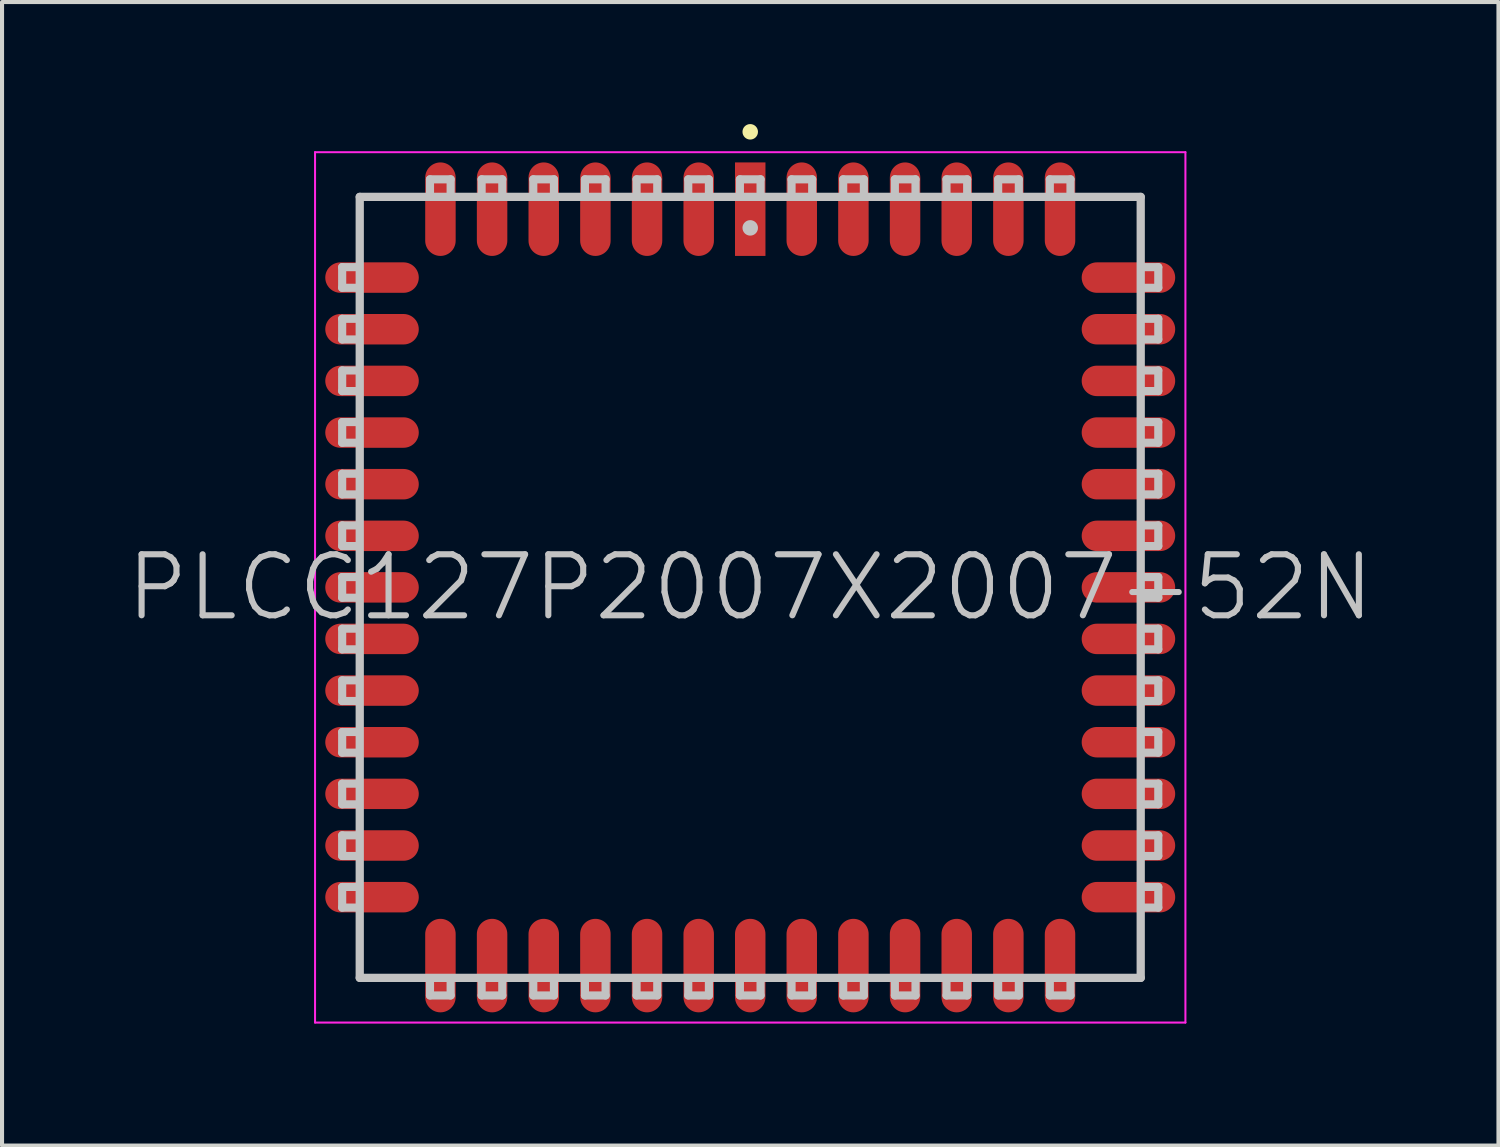
<source format=kicad_pcb>
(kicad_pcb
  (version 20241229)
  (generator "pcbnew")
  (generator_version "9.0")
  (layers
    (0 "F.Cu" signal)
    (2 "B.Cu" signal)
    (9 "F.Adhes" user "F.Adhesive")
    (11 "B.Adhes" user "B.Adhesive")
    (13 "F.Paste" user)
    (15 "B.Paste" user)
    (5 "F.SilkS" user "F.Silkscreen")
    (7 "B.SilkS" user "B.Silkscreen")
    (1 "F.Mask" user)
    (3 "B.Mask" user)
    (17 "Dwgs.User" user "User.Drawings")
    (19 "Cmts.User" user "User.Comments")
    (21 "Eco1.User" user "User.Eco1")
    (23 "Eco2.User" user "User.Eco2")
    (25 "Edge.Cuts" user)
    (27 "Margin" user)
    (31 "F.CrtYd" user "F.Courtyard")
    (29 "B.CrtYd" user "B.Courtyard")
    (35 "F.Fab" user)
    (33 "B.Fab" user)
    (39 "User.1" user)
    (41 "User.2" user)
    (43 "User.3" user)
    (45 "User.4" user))
  (footprint "PLCC127P2007X2007-52N"
    (layer "F.Cu")
    (at 15.396 11.392)
    (property "Reference" "PLCC127P2007X2007-52N" (at 0 0 0) (layer "Dwgs.User") (effects (font (size 1.5 1.5) (thickness 0.15))))
    (attr smd)
    (fp_line (start 0 -11.201) (end 0 -11.201) (stroke (width 0.381) (type solid)) (layer "F.SilkS"))
    (fp_line (start -10.033 -7.366) (end -10.033 -7.874) (stroke (width 0.2) (type solid)) (layer "Dwgs.User"))
    (fp_line (start -10.033 -6.096) (end -10.033 -6.604) (stroke (width 0.2) (type solid)) (layer "Dwgs.User"))
    (fp_line (start -10.033 -4.826) (end -10.033 -5.334) (stroke (width 0.2) (type solid)) (layer "Dwgs.User"))
    (fp_line (start -10.033 -3.556) (end -10.033 -4.064) (stroke (width 0.2) (type solid)) (layer "Dwgs.User"))
    (fp_line (start -10.033 -2.286) (end -10.033 -2.794) (stroke (width 0.2) (type solid)) (layer "Dwgs.User"))
    (fp_line (start -10.033 -1.016) (end -10.033 -1.524) (stroke (width 0.2) (type solid)) (layer "Dwgs.User"))
    (fp_line (start -10.033 0.254) (end -10.033 -0.254) (stroke (width 0.2) (type solid)) (layer "Dwgs.User"))
    (fp_line (start -10.033 1.524) (end -10.033 1.016) (stroke (width 0.2) (type solid)) (layer "Dwgs.User"))
    (fp_line (start -10.033 2.794) (end -10.033 2.286) (stroke (width 0.2) (type solid)) (layer "Dwgs.User"))
    (fp_line (start -10.033 4.064) (end -10.033 3.556) (stroke (width 0.2) (type solid)) (layer "Dwgs.User"))
    (fp_line (start -10.033 5.334) (end -10.033 4.826) (stroke (width 0.2) (type solid)) (layer "Dwgs.User"))
    (fp_line (start -10.033 6.604) (end -10.033 6.096) (stroke (width 0.2) (type solid)) (layer "Dwgs.User"))
    (fp_line (start -10.033 7.874) (end -10.033 7.366) (stroke (width 0.2) (type solid)) (layer "Dwgs.User"))
    (fp_line (start -9.652 -7.874) (end -10.033 -7.874) (stroke (width 0.2) (type solid)) (layer "Dwgs.User"))
    (fp_line (start -9.652 -7.366) (end -10.033 -7.366) (stroke (width 0.2) (type solid)) (layer "Dwgs.User"))
    (fp_line (start -9.652 -6.604) (end -10.033 -6.604) (stroke (width 0.2) (type solid)) (layer "Dwgs.User"))
    (fp_line (start -9.652 -6.096) (end -10.033 -6.096) (stroke (width 0.2) (type solid)) (layer "Dwgs.User"))
    (fp_line (start -9.652 -5.334) (end -10.033 -5.334) (stroke (width 0.2) (type solid)) (layer "Dwgs.User"))
    (fp_line (start -9.652 -4.826) (end -10.033 -4.826) (stroke (width 0.2) (type solid)) (layer "Dwgs.User"))
    (fp_line (start -9.652 -4.064) (end -10.033 -4.064) (stroke (width 0.2) (type solid)) (layer "Dwgs.User"))
    (fp_line (start -9.652 -3.556) (end -10.033 -3.556) (stroke (width 0.2) (type solid)) (layer "Dwgs.User"))
    (fp_line (start -9.652 -2.794) (end -10.033 -2.794) (stroke (width 0.2) (type solid)) (layer "Dwgs.User"))
    (fp_line (start -9.652 -2.286) (end -10.033 -2.286) (stroke (width 0.2) (type solid)) (layer "Dwgs.User"))
    (fp_line (start -9.652 -1.524) (end -10.033 -1.524) (stroke (width 0.2) (type solid)) (layer "Dwgs.User"))
    (fp_line (start -9.652 -1.016) (end -10.033 -1.016) (stroke (width 0.2) (type solid)) (layer "Dwgs.User"))
    (fp_line (start -9.652 -0.254) (end -10.033 -0.254) (stroke (width 0.2) (type solid)) (layer "Dwgs.User"))
    (fp_line (start -9.652 0.254) (end -10.033 0.254) (stroke (width 0.2) (type solid)) (layer "Dwgs.User"))
    (fp_line (start -9.652 1.016) (end -10.033 1.016) (stroke (width 0.2) (type solid)) (layer "Dwgs.User"))
    (fp_line (start -9.652 1.524) (end -10.033 1.524) (stroke (width 0.2) (type solid)) (layer "Dwgs.User"))
    (fp_line (start -9.652 2.286) (end -10.033 2.286) (stroke (width 0.2) (type solid)) (layer "Dwgs.User"))
    (fp_line (start -9.652 2.794) (end -10.033 2.794) (stroke (width 0.2) (type solid)) (layer "Dwgs.User"))
    (fp_line (start -9.652 3.556) (end -10.033 3.556) (stroke (width 0.2) (type solid)) (layer "Dwgs.User"))
    (fp_line (start -9.652 4.064) (end -10.033 4.064) (stroke (width 0.2) (type solid)) (layer "Dwgs.User"))
    (fp_line (start -9.652 4.826) (end -10.033 4.826) (stroke (width 0.2) (type solid)) (layer "Dwgs.User"))
    (fp_line (start -9.652 5.334) (end -10.033 5.334) (stroke (width 0.2) (type solid)) (layer "Dwgs.User"))
    (fp_line (start -9.652 6.096) (end -10.033 6.096) (stroke (width 0.2) (type solid)) (layer "Dwgs.User"))
    (fp_line (start -9.652 6.604) (end -10.033 6.604) (stroke (width 0.2) (type solid)) (layer "Dwgs.User"))
    (fp_line (start -9.652 7.366) (end -10.033 7.366) (stroke (width 0.2) (type solid)) (layer "Dwgs.User"))
    (fp_line (start -9.652 7.874) (end -10.033 7.874) (stroke (width 0.2) (type solid)) (layer "Dwgs.User"))
    (fp_line (start -9.601 -9.601) (end -9.601 9.601) (stroke (width 0.203) (type solid)) (layer "Dwgs.User"))
    (fp_line (start -9.601 -9.601) (end 9.601 -9.601) (stroke (width 0.203) (type solid)) (layer "Dwgs.User"))
    (fp_line (start -9.601 9.601) (end 9.601 9.601) (stroke (width 0.203) (type solid)) (layer "Dwgs.User"))
    (fp_line (start -7.874 -10.033) (end -7.366 -10.033) (stroke (width 0.2) (type solid)) (layer "Dwgs.User"))
    (fp_line (start -7.874 -9.652) (end -7.874 -10.033) (stroke (width 0.2) (type solid)) (layer "Dwgs.User"))
    (fp_line (start -7.874 9.652) (end -7.874 10.033) (stroke (width 0.2) (type solid)) (layer "Dwgs.User"))
    (fp_line (start -7.366 -9.652) (end -7.366 -10.033) (stroke (width 0.2) (type solid)) (layer "Dwgs.User"))
    (fp_line (start -7.366 9.652) (end -7.366 10.033) (stroke (width 0.2) (type solid)) (layer "Dwgs.User"))
    (fp_line (start -7.366 10.033) (end -7.874 10.033) (stroke (width 0.2) (type solid)) (layer "Dwgs.User"))
    (fp_line (start -6.604 -10.033) (end -6.096 -10.033) (stroke (width 0.2) (type solid)) (layer "Dwgs.User"))
    (fp_line (start -6.604 -9.652) (end -6.604 -10.033) (stroke (width 0.2) (type solid)) (layer "Dwgs.User"))
    (fp_line (start -6.604 9.652) (end -6.604 10.033) (stroke (width 0.2) (type solid)) (layer "Dwgs.User"))
    (fp_line (start -6.096 -9.652) (end -6.096 -10.033) (stroke (width 0.2) (type solid)) (layer "Dwgs.User"))
    (fp_line (start -6.096 9.652) (end -6.096 10.033) (stroke (width 0.2) (type solid)) (layer "Dwgs.User"))
    (fp_line (start -6.096 10.033) (end -6.604 10.033) (stroke (width 0.2) (type solid)) (layer "Dwgs.User"))
    (fp_line (start -5.334 -10.033) (end -4.826 -10.033) (stroke (width 0.2) (type solid)) (layer "Dwgs.User"))
    (fp_line (start -5.334 -9.652) (end -5.334 -10.033) (stroke (width 0.2) (type solid)) (layer "Dwgs.User"))
    (fp_line (start -5.334 9.652) (end -5.334 10.033) (stroke (width 0.2) (type solid)) (layer "Dwgs.User"))
    (fp_line (start -4.826 -9.652) (end -4.826 -10.033) (stroke (width 0.2) (type solid)) (layer "Dwgs.User"))
    (fp_line (start -4.826 9.652) (end -4.826 10.033) (stroke (width 0.2) (type solid)) (layer "Dwgs.User"))
    (fp_line (start -4.826 10.033) (end -5.334 10.033) (stroke (width 0.2) (type solid)) (layer "Dwgs.User"))
    (fp_line (start -4.064 -10.033) (end -3.556 -10.033) (stroke (width 0.2) (type solid)) (layer "Dwgs.User"))
    (fp_line (start -4.064 -9.652) (end -4.064 -10.033) (stroke (width 0.2) (type solid)) (layer "Dwgs.User"))
    (fp_line (start -4.064 9.652) (end -4.064 10.033) (stroke (width 0.2) (type solid)) (layer "Dwgs.User"))
    (fp_line (start -3.556 -9.652) (end -3.556 -10.033) (stroke (width 0.2) (type solid)) (layer "Dwgs.User"))
    (fp_line (start -3.556 9.652) (end -3.556 10.033) (stroke (width 0.2) (type solid)) (layer "Dwgs.User"))
    (fp_line (start -3.556 10.033) (end -4.064 10.033) (stroke (width 0.2) (type solid)) (layer "Dwgs.User"))
    (fp_line (start -2.794 -10.033) (end -2.286 -10.033) (stroke (width 0.2) (type solid)) (layer "Dwgs.User"))
    (fp_line (start -2.794 -9.652) (end -2.794 -10.033) (stroke (width 0.2) (type solid)) (layer "Dwgs.User"))
    (fp_line (start -2.794 9.652) (end -2.794 10.033) (stroke (width 0.2) (type solid)) (layer "Dwgs.User"))
    (fp_line (start -2.286 -9.652) (end -2.286 -10.033) (stroke (width 0.2) (type solid)) (layer "Dwgs.User"))
    (fp_line (start -2.286 9.652) (end -2.286 10.033) (stroke (width 0.2) (type solid)) (layer "Dwgs.User"))
    (fp_line (start -2.286 10.033) (end -2.794 10.033) (stroke (width 0.2) (type solid)) (layer "Dwgs.User"))
    (fp_line (start -1.524 -10.033) (end -1.016 -10.033) (stroke (width 0.2) (type solid)) (layer "Dwgs.User"))
    (fp_line (start -1.524 -9.652) (end -1.524 -10.033) (stroke (width 0.2) (type solid)) (layer "Dwgs.User"))
    (fp_line (start -1.524 9.652) (end -1.524 10.033) (stroke (width 0.2) (type solid)) (layer "Dwgs.User"))
    (fp_line (start -1.016 -9.652) (end -1.016 -10.033) (stroke (width 0.2) (type solid)) (layer "Dwgs.User"))
    (fp_line (start -1.016 9.652) (end -1.016 10.033) (stroke (width 0.2) (type solid)) (layer "Dwgs.User"))
    (fp_line (start -1.016 10.033) (end -1.524 10.033) (stroke (width 0.2) (type solid)) (layer "Dwgs.User"))
    (fp_line (start -0.254 -10.033) (end 0.254 -10.033) (stroke (width 0.2) (type solid)) (layer "Dwgs.User"))
    (fp_line (start -0.254 -9.652) (end -0.254 -10.033) (stroke (width 0.2) (type solid)) (layer "Dwgs.User"))
    (fp_line (start -0.254 9.652) (end -0.254 10.033) (stroke (width 0.2) (type solid)) (layer "Dwgs.User"))
    (fp_line (start 0 -8.839) (end 0 -8.839) (stroke (width 0.381) (type solid)) (layer "Dwgs.User"))
    (fp_line (start 0.254 -9.652) (end 0.254 -10.033) (stroke (width 0.2) (type solid)) (layer "Dwgs.User"))
    (fp_line (start 0.254 9.652) (end 0.254 10.033) (stroke (width 0.2) (type solid)) (layer "Dwgs.User"))
    (fp_line (start 0.254 10.033) (end -0.254 10.033) (stroke (width 0.2) (type solid)) (layer "Dwgs.User"))
    (fp_line (start 1.016 -10.033) (end 1.524 -10.033) (stroke (width 0.2) (type solid)) (layer "Dwgs.User"))
    (fp_line (start 1.016 -9.652) (end 1.016 -10.033) (stroke (width 0.2) (type solid)) (layer "Dwgs.User"))
    (fp_line (start 1.016 9.652) (end 1.016 10.033) (stroke (width 0.2) (type solid)) (layer "Dwgs.User"))
    (fp_line (start 1.524 -9.652) (end 1.524 -10.033) (stroke (width 0.2) (type solid)) (layer "Dwgs.User"))
    (fp_line (start 1.524 9.652) (end 1.524 10.033) (stroke (width 0.2) (type solid)) (layer "Dwgs.User"))
    (fp_line (start 1.524 10.033) (end 1.016 10.033) (stroke (width 0.2) (type solid)) (layer "Dwgs.User"))
    (fp_line (start 2.286 -10.033) (end 2.794 -10.033) (stroke (width 0.2) (type solid)) (layer "Dwgs.User"))
    (fp_line (start 2.286 -9.652) (end 2.286 -10.033) (stroke (width 0.2) (type solid)) (layer "Dwgs.User"))
    (fp_line (start 2.286 9.652) (end 2.286 10.033) (stroke (width 0.2) (type solid)) (layer "Dwgs.User"))
    (fp_line (start 2.794 -9.652) (end 2.794 -10.033) (stroke (width 0.2) (type solid)) (layer "Dwgs.User"))
    (fp_line (start 2.794 9.652) (end 2.794 10.033) (stroke (width 0.2) (type solid)) (layer "Dwgs.User"))
    (fp_line (start 2.794 10.033) (end 2.286 10.033) (stroke (width 0.2) (type solid)) (layer "Dwgs.User"))
    (fp_line (start 3.556 -10.033) (end 4.064 -10.033) (stroke (width 0.2) (type solid)) (layer "Dwgs.User"))
    (fp_line (start 3.556 -9.652) (end 3.556 -10.033) (stroke (width 0.2) (type solid)) (layer "Dwgs.User"))
    (fp_line (start 3.556 9.652) (end 3.556 10.033) (stroke (width 0.2) (type solid)) (layer "Dwgs.User"))
    (fp_line (start 4.064 -9.652) (end 4.064 -10.033) (stroke (width 0.2) (type solid)) (layer "Dwgs.User"))
    (fp_line (start 4.064 9.652) (end 4.064 10.033) (stroke (width 0.2) (type solid)) (layer "Dwgs.User"))
    (fp_line (start 4.064 10.033) (end 3.556 10.033) (stroke (width 0.2) (type solid)) (layer "Dwgs.User"))
    (fp_line (start 4.826 -10.033) (end 5.334 -10.033) (stroke (width 0.2) (type solid)) (layer "Dwgs.User"))
    (fp_line (start 4.826 -9.652) (end 4.826 -10.033) (stroke (width 0.2) (type solid)) (layer "Dwgs.User"))
    (fp_line (start 4.826 9.652) (end 4.826 10.033) (stroke (width 0.2) (type solid)) (layer "Dwgs.User"))
    (fp_line (start 5.334 -9.652) (end 5.334 -10.033) (stroke (width 0.2) (type solid)) (layer "Dwgs.User"))
    (fp_line (start 5.334 9.652) (end 5.334 10.033) (stroke (width 0.2) (type solid)) (layer "Dwgs.User"))
    (fp_line (start 5.334 10.033) (end 4.826 10.033) (stroke (width 0.2) (type solid)) (layer "Dwgs.User"))
    (fp_line (start 6.096 -10.033) (end 6.604 -10.033) (stroke (width 0.2) (type solid)) (layer "Dwgs.User"))
    (fp_line (start 6.096 -9.652) (end 6.096 -10.033) (stroke (width 0.2) (type solid)) (layer "Dwgs.User"))
    (fp_line (start 6.096 9.652) (end 6.096 10.033) (stroke (width 0.2) (type solid)) (layer "Dwgs.User"))
    (fp_line (start 6.604 -9.652) (end 6.604 -10.033) (stroke (width 0.2) (type solid)) (layer "Dwgs.User"))
    (fp_line (start 6.604 9.652) (end 6.604 10.033) (stroke (width 0.2) (type solid)) (layer "Dwgs.User"))
    (fp_line (start 6.604 10.033) (end 6.096 10.033) (stroke (width 0.2) (type solid)) (layer "Dwgs.User"))
    (fp_line (start 7.366 -10.033) (end 7.874 -10.033) (stroke (width 0.2) (type solid)) (layer "Dwgs.User"))
    (fp_line (start 7.366 -9.652) (end 7.366 -10.033) (stroke (width 0.2) (type solid)) (layer "Dwgs.User"))
    (fp_line (start 7.366 9.652) (end 7.366 10.033) (stroke (width 0.2) (type solid)) (layer "Dwgs.User"))
    (fp_line (start 7.874 -9.652) (end 7.874 -10.033) (stroke (width 0.2) (type solid)) (layer "Dwgs.User"))
    (fp_line (start 7.874 9.652) (end 7.874 10.033) (stroke (width 0.2) (type solid)) (layer "Dwgs.User"))
    (fp_line (start 7.874 10.033) (end 7.366 10.033) (stroke (width 0.2) (type solid)) (layer "Dwgs.User"))
    (fp_line (start 9.601 -9.601) (end 9.601 9.601) (stroke (width 0.203) (type solid)) (layer "Dwgs.User"))
    (fp_line (start 9.652 -7.874) (end 10.033 -7.874) (stroke (width 0.2) (type solid)) (layer "Dwgs.User"))
    (fp_line (start 9.652 -7.366) (end 10.033 -7.366) (stroke (width 0.2) (type solid)) (layer "Dwgs.User"))
    (fp_line (start 9.652 -6.604) (end 10.033 -6.604) (stroke (width 0.2) (type solid)) (layer "Dwgs.User"))
    (fp_line (start 9.652 -6.096) (end 10.033 -6.096) (stroke (width 0.2) (type solid)) (layer "Dwgs.User"))
    (fp_line (start 9.652 -5.334) (end 10.033 -5.334) (stroke (width 0.2) (type solid)) (layer "Dwgs.User"))
    (fp_line (start 9.652 -4.826) (end 10.033 -4.826) (stroke (width 0.2) (type solid)) (layer "Dwgs.User"))
    (fp_line (start 9.652 -4.064) (end 10.033 -4.064) (stroke (width 0.2) (type solid)) (layer "Dwgs.User"))
    (fp_line (start 9.652 -3.556) (end 10.033 -3.556) (stroke (width 0.2) (type solid)) (layer "Dwgs.User"))
    (fp_line (start 9.652 -2.794) (end 10.033 -2.794) (stroke (width 0.2) (type solid)) (layer "Dwgs.User"))
    (fp_line (start 9.652 -2.286) (end 10.033 -2.286) (stroke (width 0.2) (type solid)) (layer "Dwgs.User"))
    (fp_line (start 9.652 -1.524) (end 10.033 -1.524) (stroke (width 0.2) (type solid)) (layer "Dwgs.User"))
    (fp_line (start 9.652 -1.016) (end 10.033 -1.016) (stroke (width 0.2) (type solid)) (layer "Dwgs.User"))
    (fp_line (start 9.652 -0.254) (end 10.033 -0.254) (stroke (width 0.2) (type solid)) (layer "Dwgs.User"))
    (fp_line (start 9.652 0.254) (end 10.033 0.254) (stroke (width 0.2) (type solid)) (layer "Dwgs.User"))
    (fp_line (start 9.652 1.016) (end 10.033 1.016) (stroke (width 0.2) (type solid)) (layer "Dwgs.User"))
    (fp_line (start 9.652 1.524) (end 10.033 1.524) (stroke (width 0.2) (type solid)) (layer "Dwgs.User"))
    (fp_line (start 9.652 2.286) (end 10.033 2.286) (stroke (width 0.2) (type solid)) (layer "Dwgs.User"))
    (fp_line (start 9.652 2.794) (end 10.033 2.794) (stroke (width 0.2) (type solid)) (layer "Dwgs.User"))
    (fp_line (start 9.652 3.556) (end 10.033 3.556) (stroke (width 0.2) (type solid)) (layer "Dwgs.User"))
    (fp_line (start 9.652 4.064) (end 10.033 4.064) (stroke (width 0.2) (type solid)) (layer "Dwgs.User"))
    (fp_line (start 9.652 4.826) (end 10.033 4.826) (stroke (width 0.2) (type solid)) (layer "Dwgs.User"))
    (fp_line (start 9.652 5.334) (end 10.033 5.334) (stroke (width 0.2) (type solid)) (layer "Dwgs.User"))
    (fp_line (start 9.652 6.096) (end 10.033 6.096) (stroke (width 0.2) (type solid)) (layer "Dwgs.User"))
    (fp_line (start 9.652 6.604) (end 10.033 6.604) (stroke (width 0.2) (type solid)) (layer "Dwgs.User"))
    (fp_line (start 9.652 7.366) (end 10.033 7.366) (stroke (width 0.2) (type solid)) (layer "Dwgs.User"))
    (fp_line (start 9.652 7.874) (end 10.033 7.874) (stroke (width 0.2) (type solid)) (layer "Dwgs.User"))
    (fp_line (start 10.033 -7.874) (end 10.033 -7.366) (stroke (width 0.2) (type solid)) (layer "Dwgs.User"))
    (fp_line (start 10.033 -6.604) (end 10.033 -6.096) (stroke (width 0.2) (type solid)) (layer "Dwgs.User"))
    (fp_line (start 10.033 -5.334) (end 10.033 -4.826) (stroke (width 0.2) (type solid)) (layer "Dwgs.User"))
    (fp_line (start 10.033 -4.064) (end 10.033 -3.556) (stroke (width 0.2) (type solid)) (layer "Dwgs.User"))
    (fp_line (start 10.033 -2.794) (end 10.033 -2.286) (stroke (width 0.2) (type solid)) (layer "Dwgs.User"))
    (fp_line (start 10.033 -1.524) (end 10.033 -1.016) (stroke (width 0.2) (type solid)) (layer "Dwgs.User"))
    (fp_line (start 10.033 -0.254) (end 10.033 0.254) (stroke (width 0.2) (type solid)) (layer "Dwgs.User"))
    (fp_line (start 10.033 1.016) (end 10.033 1.524) (stroke (width 0.2) (type solid)) (layer "Dwgs.User"))
    (fp_line (start 10.033 2.286) (end 10.033 2.794) (stroke (width 0.2) (type solid)) (layer "Dwgs.User"))
    (fp_line (start 10.033 3.556) (end 10.033 4.064) (stroke (width 0.2) (type solid)) (layer "Dwgs.User"))
    (fp_line (start 10.033 4.826) (end 10.033 5.334) (stroke (width 0.2) (type solid)) (layer "Dwgs.User"))
    (fp_line (start 10.033 6.096) (end 10.033 6.604) (stroke (width 0.2) (type solid)) (layer "Dwgs.User"))
    (fp_line (start 10.033 7.366) (end 10.033 7.874) (stroke (width 0.2) (type solid)) (layer "Dwgs.User"))
    (fp_line (start -10.7 -10.7) (end -10.7 10.7) (stroke (width 0.05) (type solid)) (layer "F.CrtYd"))
    (fp_line (start -10.7 -10.7) (end 10.7 -10.7) (stroke (width 0.05) (type solid)) (layer "F.CrtYd"))
    (fp_line (start -10.7 10.7) (end 10.7 10.7) (stroke (width 0.05) (type solid)) (layer "F.CrtYd"))
    (fp_line (start 10.7 -10.7) (end 10.7 10.7) (stroke (width 0.05) (type solid)) (layer "F.CrtYd"))
    (pad "1" smd rect (at 0 -9.299) (size 0.749 2.299) (layers "F.Cu" "F.Mask" "F.Paste"))
    (pad "2" smd oval (at -1.267 -9.299) (size 0.749 2.299) (layers "F.Cu" "F.Mask" "F.Paste"))
    (pad "3" smd oval (at -2.537 -9.299) (size 0.749 2.299) (layers "F.Cu" "F.Mask" "F.Paste"))
    (pad "4" smd oval (at -3.807 -9.299) (size 0.749 2.299) (layers "F.Cu" "F.Mask" "F.Paste"))
    (pad "5" smd oval (at -5.077 -9.299) (size 0.749 2.299) (layers "F.Cu" "F.Mask" "F.Paste"))
    (pad "6" smd oval (at -6.347 -9.299) (size 0.749 2.299) (layers "F.Cu" "F.Mask" "F.Paste"))
    (pad "7" smd oval (at -7.617 -9.299) (size 0.749 2.299) (layers "F.Cu" "F.Mask" "F.Paste"))
    (pad "8" smd oval (at -9.299 -7.617 90) (size 0.749 2.299) (layers "F.Cu" "F.Mask" "F.Paste"))
    (pad "9" smd oval (at -9.299 -6.347 90) (size 0.749 2.299) (layers "F.Cu" "F.Mask" "F.Paste"))
    (pad "10" smd oval (at -9.299 -5.077 90) (size 0.749 2.299) (layers "F.Cu" "F.Mask" "F.Paste"))
    (pad "11" smd oval (at -9.299 -3.807 90) (size 0.749 2.299) (layers "F.Cu" "F.Mask" "F.Paste"))
    (pad "12" smd oval (at -9.299 -2.537 90) (size 0.749 2.299) (layers "F.Cu" "F.Mask" "F.Paste"))
    (pad "13" smd oval (at -9.299 -1.267 90) (size 0.749 2.299) (layers "F.Cu" "F.Mask" "F.Paste"))
    (pad "14" smd oval (at -9.299 0 90) (size 0.749 2.299) (layers "F.Cu" "F.Mask" "F.Paste"))
    (pad "15" smd oval (at -9.299 1.267 90) (size 0.749 2.299) (layers "F.Cu" "F.Mask" "F.Paste"))
    (pad "16" smd oval (at -9.299 2.537 90) (size 0.749 2.299) (layers "F.Cu" "F.Mask" "F.Paste"))
    (pad "17" smd oval (at -9.299 3.807 90) (size 0.749 2.299) (layers "F.Cu" "F.Mask" "F.Paste"))
    (pad "18" smd oval (at -9.299 5.077 90) (size 0.749 2.299) (layers "F.Cu" "F.Mask" "F.Paste"))
    (pad "19" smd oval (at -9.299 6.347 90) (size 0.749 2.299) (layers "F.Cu" "F.Mask" "F.Paste"))
    (pad "20" smd oval (at -9.299 7.617 90) (size 0.749 2.299) (layers "F.Cu" "F.Mask" "F.Paste"))
    (pad "21" smd oval (at -7.617 9.299 180) (size 0.749 2.299) (layers "F.Cu" "F.Mask" "F.Paste"))
    (pad "22" smd oval (at -6.347 9.299 180) (size 0.749 2.299) (layers "F.Cu" "F.Mask" "F.Paste"))
    (pad "23" smd oval (at -5.077 9.299 180) (size 0.749 2.299) (layers "F.Cu" "F.Mask" "F.Paste"))
    (pad "24" smd oval (at -3.807 9.299 180) (size 0.749 2.299) (layers "F.Cu" "F.Mask" "F.Paste"))
    (pad "25" smd oval (at -2.537 9.299 180) (size 0.749 2.299) (layers "F.Cu" "F.Mask" "F.Paste"))
    (pad "26" smd oval (at -1.267 9.299 180) (size 0.749 2.299) (layers "F.Cu" "F.Mask" "F.Paste"))
    (pad "27" smd oval (at 0 9.299 180) (size 0.749 2.299) (layers "F.Cu" "F.Mask" "F.Paste"))
    (pad "28" smd oval (at 1.267 9.299 180) (size 0.749 2.299) (layers "F.Cu" "F.Mask" "F.Paste"))
    (pad "29" smd oval (at 2.537 9.299 180) (size 0.749 2.299) (layers "F.Cu" "F.Mask" "F.Paste"))
    (pad "30" smd oval (at 3.807 9.299 180) (size 0.749 2.299) (layers "F.Cu" "F.Mask" "F.Paste"))
    (pad "31" smd oval (at 5.077 9.299 180) (size 0.749 2.299) (layers "F.Cu" "F.Mask" "F.Paste"))
    (pad "32" smd oval (at 6.347 9.299 180) (size 0.749 2.299) (layers "F.Cu" "F.Mask" "F.Paste"))
    (pad "33" smd oval (at 7.617 9.299 180) (size 0.749 2.299) (layers "F.Cu" "F.Mask" "F.Paste"))
    (pad "34" smd oval (at 9.299 7.617 270) (size 0.749 2.299) (layers "F.Cu" "F.Mask" "F.Paste"))
    (pad "35" smd oval (at 9.299 6.347 270) (size 0.749 2.299) (layers "F.Cu" "F.Mask" "F.Paste"))
    (pad "36" smd oval (at 9.299 5.077 270) (size 0.749 2.299) (layers "F.Cu" "F.Mask" "F.Paste"))
    (pad "37" smd oval (at 9.299 3.807 270) (size 0.749 2.299) (layers "F.Cu" "F.Mask" "F.Paste"))
    (pad "38" smd oval (at 9.299 2.537 270) (size 0.749 2.299) (layers "F.Cu" "F.Mask" "F.Paste"))
    (pad "39" smd oval (at 9.299 1.267 270) (size 0.749 2.299) (layers "F.Cu" "F.Mask" "F.Paste"))
    (pad "40" smd oval (at 9.299 0 270) (size 0.749 2.299) (layers "F.Cu" "F.Mask" "F.Paste"))
    (pad "41" smd oval (at 9.299 -1.267 270) (size 0.749 2.299) (layers "F.Cu" "F.Mask" "F.Paste"))
    (pad "42" smd oval (at 9.299 -2.537 270) (size 0.749 2.299) (layers "F.Cu" "F.Mask" "F.Paste"))
    (pad "43" smd oval (at 9.299 -3.807 270) (size 0.749 2.299) (layers "F.Cu" "F.Mask" "F.Paste"))
    (pad "44" smd oval (at 9.299 -5.077 270) (size 0.749 2.299) (layers "F.Cu" "F.Mask" "F.Paste"))
    (pad "45" smd oval (at 9.299 -6.347 270) (size 0.749 2.299) (layers "F.Cu" "F.Mask" "F.Paste"))
    (pad "46" smd oval (at 9.299 -7.617 270) (size 0.749 2.299) (layers "F.Cu" "F.Mask" "F.Paste"))
    (pad "47" smd oval (at 7.617 -9.299) (size 0.749 2.299) (layers "F.Cu" "F.Mask" "F.Paste"))
    (pad "48" smd oval (at 6.347 -9.299) (size 0.749 2.299) (layers "F.Cu" "F.Mask" "F.Paste"))
    (pad "49" smd oval (at 5.077 -9.299) (size 0.749 2.299) (layers "F.Cu" "F.Mask" "F.Paste"))
    (pad "50" smd oval (at 3.807 -9.299) (size 0.749 2.299) (layers "F.Cu" "F.Mask" "F.Paste"))
    (pad "51" smd oval (at 2.537 -9.299) (size 0.749 2.299) (layers "F.Cu" "F.Mask" "F.Paste"))
    (pad "52" smd oval (at 1.267 -9.299) (size 0.749 2.299) (layers "F.Cu" "F.Mask" "F.Paste")))
  (gr_rect
    (start -3 -3)
    (end 33.793 25.117)
    (stroke (width 0.1) (type default))
    (fill no)
    (layer "Edge.Cuts")))
</source>
